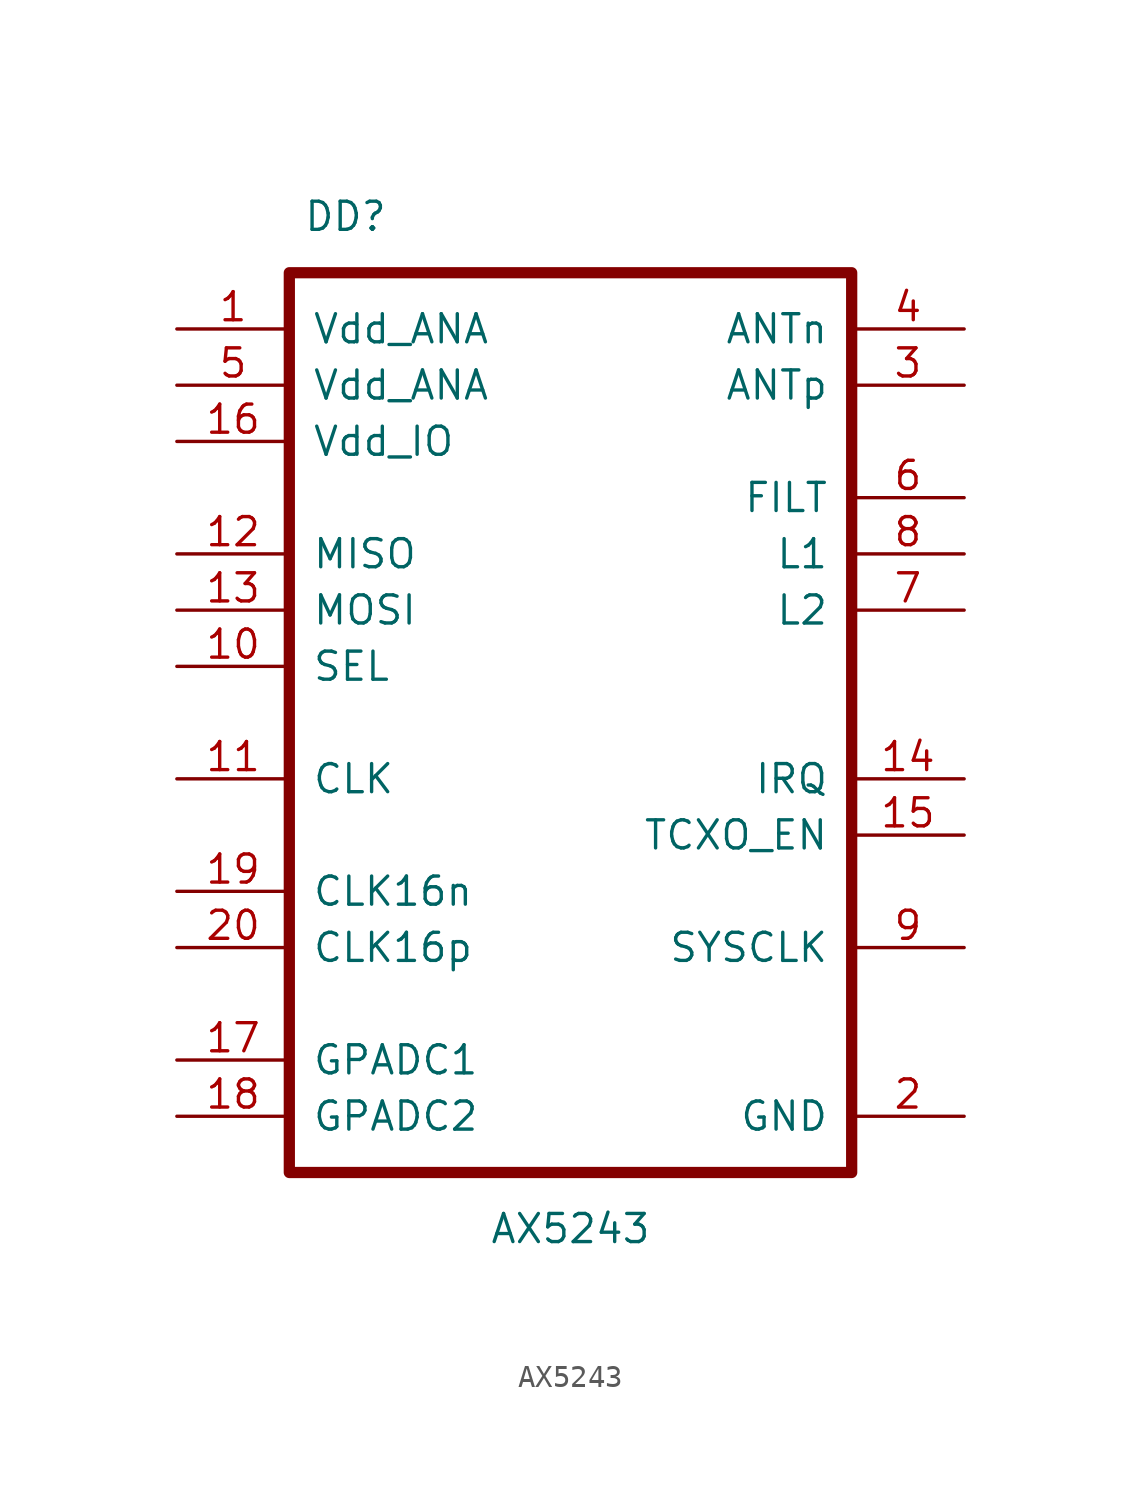
<source format=kicad_sym>
(kicad_symbol_lib
  (version 20211014)
  (generator kicad_symbol_editor)
  (symbol "AX5243"
    (pin_names
      (offset 1.016))
    (property "Reference" "DD"
      (at 7.62 5.08 0)
      (effects (font (size 1.27 1.27))))
    (property "Value" "AX5243"
      (at 17.78 -40.64 0)
      (effects (font (size 1.27 1.27))))
    (symbol "AX5243_0_1"
      (rectangle (start 5.08 2.54) (end 30.48 -38.1) (stroke (width 0.508) (type default) (color 0 0 0 0)) (fill (type none))))
    (symbol "AX5243_1_1"
      (pin bidirectional line (at 0 0 0) (length 5.08) (name "Vdd_ANA" (effects (font (size 1.27 1.27)))) (number "1" (effects (font (size 1.27 1.27)))))
      (pin bidirectional line (at 0 -15.24 0) (length 5.08) (name "SEL" (effects (font (size 1.27 1.27)))) (number "10" (effects (font (size 1.27 1.27)))))
      (pin bidirectional line (at 0 -20.32 0) (length 5.08) (name "CLK" (effects (font (size 1.27 1.27)))) (number "11" (effects (font (size 1.27 1.27)))))
      (pin bidirectional line (at 0 -10.16 0) (length 5.08) (name "MISO" (effects (font (size 1.27 1.27)))) (number "12" (effects (font (size 1.27 1.27)))))
      (pin bidirectional line (at 0 -12.7 0) (length 5.08) (name "MOSI" (effects (font (size 1.27 1.27)))) (number "13" (effects (font (size 1.27 1.27)))))
      (pin bidirectional line (at 35.56 -20.32 180) (length 5.08) (name "IRQ" (effects (font (size 1.27 1.27)))) (number "14" (effects (font (size 1.27 1.27)))))
      (pin bidirectional line (at 35.56 -22.86 180) (length 5.08) (name "TCXO_EN" (effects (font (size 1.27 1.27)))) (number "15" (effects (font (size 1.27 1.27)))))
      (pin bidirectional line (at 0 -5.08 0) (length 5.08) (name "Vdd_IO" (effects (font (size 1.27 1.27)))) (number "16" (effects (font (size 1.27 1.27)))))
      (pin bidirectional line (at 0 -33.02 0) (length 5.08) (name "GPADC1" (effects (font (size 1.27 1.27)))) (number "17" (effects (font (size 1.27 1.27)))))
      (pin bidirectional line (at 0 -35.56 0) (length 5.08) (name "GPADC2" (effects (font (size 1.27 1.27)))) (number "18" (effects (font (size 1.27 1.27)))))
      (pin bidirectional line (at 0 -25.4 0) (length 5.08) (name "CLK16n" (effects (font (size 1.27 1.27)))) (number "19" (effects (font (size 1.27 1.27)))))
      (pin bidirectional line (at 35.56 -35.56 180) (length 5.08) (name "GND" (effects (font (size 1.27 1.27)))) (number "2" (effects (font (size 1.27 1.27)))))
      (pin bidirectional line (at 0 -27.94 0) (length 5.08) (name "CLK16p" (effects (font (size 1.27 1.27)))) (number "20" (effects (font (size 1.27 1.27)))))
      (pin bidirectional line (at 35.56 -2.54 180) (length 5.08) (name "ANTp" (effects (font (size 1.27 1.27)))) (number "3" (effects (font (size 1.27 1.27)))))
      (pin bidirectional line (at 35.56 0 180) (length 5.08) (name "ANTn" (effects (font (size 1.27 1.27)))) (number "4" (effects (font (size 1.27 1.27)))))
      (pin bidirectional line (at 0 -2.54 0) (length 5.08) (name "Vdd_ANA" (effects (font (size 1.27 1.27)))) (number "5" (effects (font (size 1.27 1.27)))))
      (pin bidirectional line (at 35.56 -7.62 180) (length 5.08) (name "FILT" (effects (font (size 1.27 1.27)))) (number "6" (effects (font (size 1.27 1.27)))))
      (pin bidirectional line (at 35.56 -12.7 180) (length 5.08) (name "L2" (effects (font (size 1.27 1.27)))) (number "7" (effects (font (size 1.27 1.27)))))
      (pin bidirectional line (at 35.56 -10.16 180) (length 5.08) (name "L1" (effects (font (size 1.27 1.27)))) (number "8" (effects (font (size 1.27 1.27)))))
      (pin bidirectional line (at 35.56 -27.94 180) (length 5.08) (name "SYSCLK" (effects (font (size 1.27 1.27)))) (number "9" (effects (font (size 1.27 1.27))))))))
</source>
